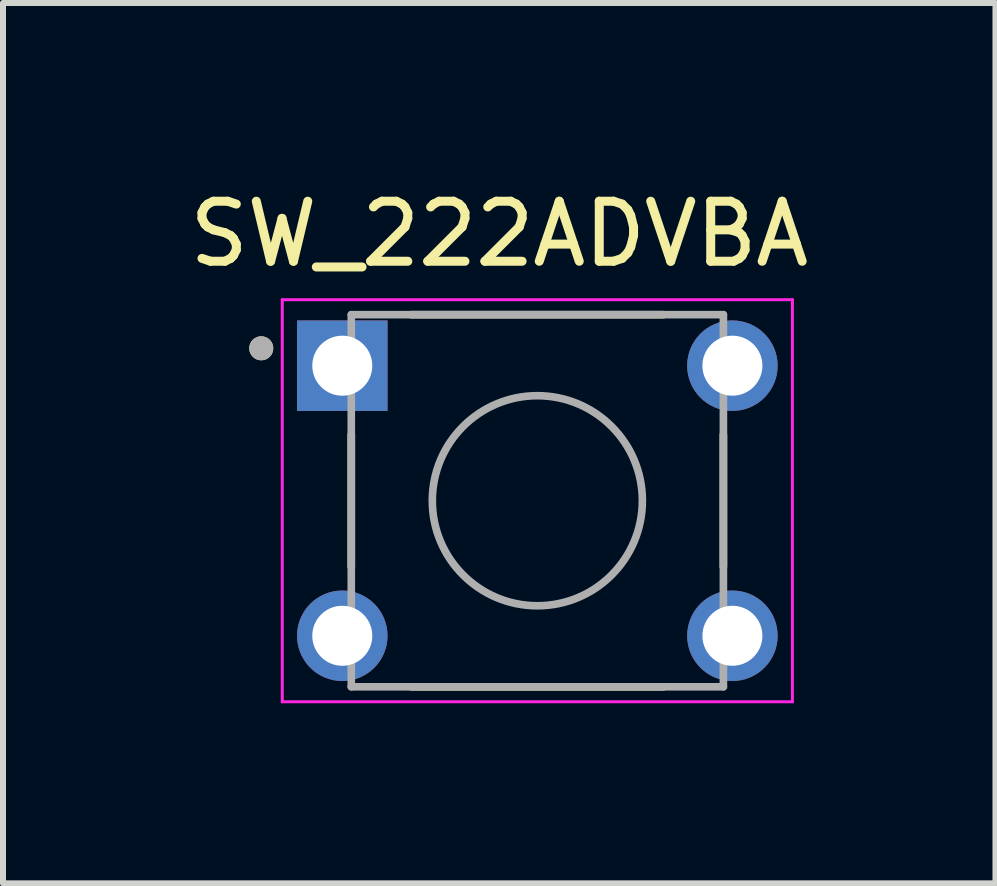
<source format=kicad_pcb>
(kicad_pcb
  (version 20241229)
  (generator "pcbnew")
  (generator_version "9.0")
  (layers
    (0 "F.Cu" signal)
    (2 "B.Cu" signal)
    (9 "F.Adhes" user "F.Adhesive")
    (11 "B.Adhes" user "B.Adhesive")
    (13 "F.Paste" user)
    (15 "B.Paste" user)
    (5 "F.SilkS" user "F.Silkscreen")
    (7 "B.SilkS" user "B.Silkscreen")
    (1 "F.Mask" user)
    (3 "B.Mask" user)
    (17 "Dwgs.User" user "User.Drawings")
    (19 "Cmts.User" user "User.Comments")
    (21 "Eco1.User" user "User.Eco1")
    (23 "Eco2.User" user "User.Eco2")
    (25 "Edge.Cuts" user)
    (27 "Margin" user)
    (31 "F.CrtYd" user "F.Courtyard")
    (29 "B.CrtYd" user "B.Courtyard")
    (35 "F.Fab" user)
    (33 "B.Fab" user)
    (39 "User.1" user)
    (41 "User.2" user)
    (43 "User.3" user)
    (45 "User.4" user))
  (footprint "SW_222ADVBA"
    (layer "F.Cu")
    (at 5.903 5.293)
    (property "Reference" "SW_222ADVBA" (at -0.635 -4.445 0) (layer "F.SilkS") (effects (font (size 1 1) (thickness 0.15))))
    (attr through_hole)
    (fp_line (start -3.1 -1.1) (end -3.1 1.1) (stroke (width 0.127) (type solid)) (layer "F.SilkS"))
    (fp_line (start -2.1 -3.1) (end 2.1 -3.1) (stroke (width 0.127) (type solid)) (layer "F.SilkS"))
    (fp_line (start 2.1 3.1) (end -2.1 3.1) (stroke (width 0.127) (type solid)) (layer "F.SilkS"))
    (fp_line (start 3.1 1.1) (end 3.1 -1.1) (stroke (width 0.127) (type solid)) (layer "F.SilkS"))
    (fp_circle (center -4.6 -2.54) (end -4.5 -2.54) (stroke (width 0.2) (type solid)) (fill no) (layer "F.SilkS"))
    (fp_line (start -4.25 -3.35) (end 4.25 -3.35) (stroke (width 0.05) (type solid)) (layer "F.CrtYd"))
    (fp_line (start -4.25 3.35) (end -4.25 -3.35) (stroke (width 0.05) (type solid)) (layer "F.CrtYd"))
    (fp_line (start 4.25 -3.35) (end 4.25 3.35) (stroke (width 0.05) (type solid)) (layer "F.CrtYd"))
    (fp_line (start 4.25 3.35) (end -4.25 3.35) (stroke (width 0.05) (type solid)) (layer "F.CrtYd"))
    (fp_line (start -3.1 -3.1) (end 3.1 -3.1) (stroke (width 0.127) (type solid)) (layer "F.Fab"))
    (fp_line (start -3.1 3.1) (end -3.1 -3.1) (stroke (width 0.127) (type solid)) (layer "F.Fab"))
    (fp_line (start 3.1 -3.1) (end 3.1 3.1) (stroke (width 0.127) (type solid)) (layer "F.Fab"))
    (fp_line (start 3.1 3.1) (end -3.1 3.1) (stroke (width 0.127) (type solid)) (layer "F.Fab"))
    (fp_circle (center -4.6 -2.54) (end -4.5 -2.54) (stroke (width 0.2) (type solid)) (fill no) (layer "F.Fab"))
    (fp_circle (center 0 0) (end 1.75 0) (stroke (width 0.127) (type solid)) (fill no) (layer "F.Fab"))
    (pad "1" thru_hole rect (at -3.25 -2.25) (size 1.508 1.508) (drill 1) (layers "*.Cu" "*.Mask"))
    (pad "2" thru_hole circle (at -3.25 2.25) (size 1.508 1.508) (drill 1) (layers "*.Cu" "*.Mask"))
    (pad "3" thru_hole circle (at 3.25 -2.25) (size 1.508 1.508) (drill 1) (layers "*.Cu" "*.Mask"))
    (pad "4" thru_hole circle (at 3.25 2.25) (size 1.508 1.508) (drill 1) (layers "*.Cu" "*.Mask")))
  (gr_rect
    (start -3 -3)
    (end 13.536 11.668)
    (stroke (width 0.1) (type default))
    (fill no)
    (layer "Edge.Cuts")))
</source>
